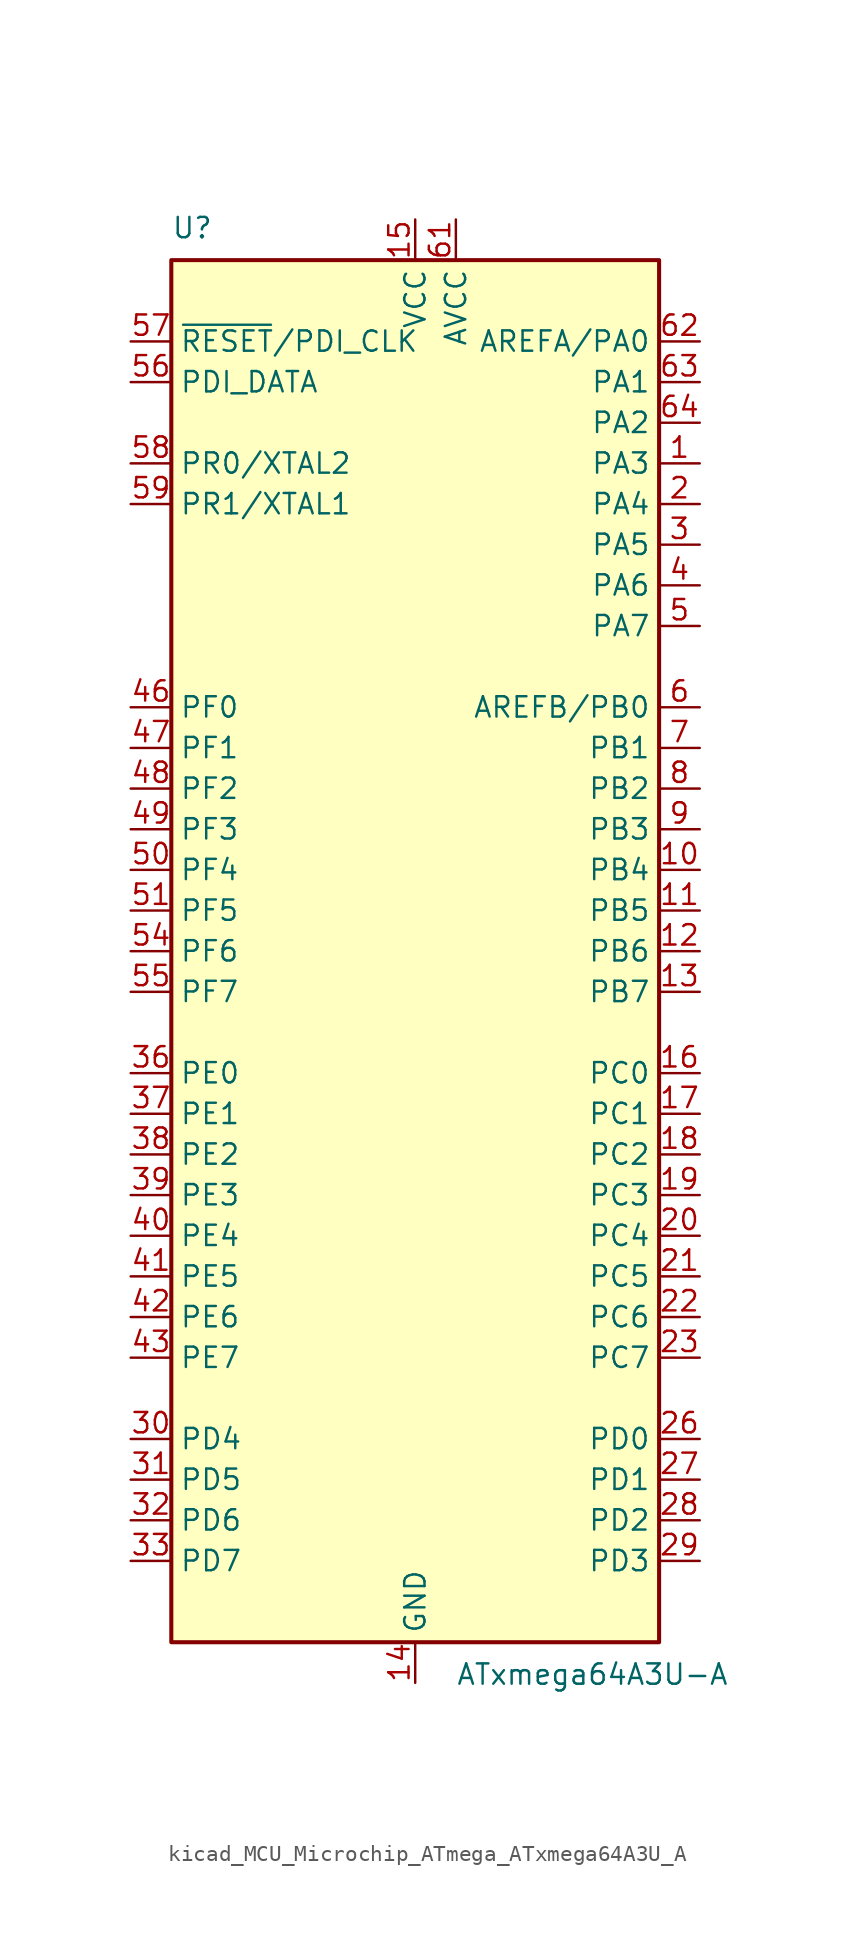
<source format=kicad_sym>
(kicad_symbol_lib
  (version 20220914)
  (generator kicad_symbol_editor)
  (symbol "kicad_MCU_Microchip_ATmega_ATxmega64A3U_A"
    (property "Reference" "U"
      (at -15.24 44.45 0)
      (effects (font (size 1.27 1.27)) (justify left bottom)))
    (property "Value" "ATxmega64A3U-A"
      (at 2.54 -44.45 0)
      (effects (font (size 1.27 1.27)) (justify left top)))
    (symbol "kicad_MCU_Microchip_ATmega_ATxmega64A3U_A_0_1"
      (rectangle (start -15.24 -43.18) (end 15.24 43.18) (stroke (width 0.254) (type default)) (fill (type background))))
    (symbol "kicad_MCU_Microchip_ATmega_ATxmega64A3U_A_1_1"
      (pin bidirectional line (at 17.78 30.48 180) (length 2.54) (name "PA3" (effects (font (size 1.27 1.27)))) (number "1" (effects (font (size 1.27 1.27)))))
      (pin bidirectional line (at 17.78 5.08 180) (length 2.54) (name "PB4" (effects (font (size 1.27 1.27)))) (number "10" (effects (font (size 1.27 1.27)))))
      (pin bidirectional line (at 17.78 2.54 180) (length 2.54) (name "PB5" (effects (font (size 1.27 1.27)))) (number "11" (effects (font (size 1.27 1.27)))))
      (pin bidirectional line (at 17.78 0 180) (length 2.54) (name "PB6" (effects (font (size 1.27 1.27)))) (number "12" (effects (font (size 1.27 1.27)))))
      (pin bidirectional line (at 17.78 -2.54 180) (length 2.54) (name "PB7" (effects (font (size 1.27 1.27)))) (number "13" (effects (font (size 1.27 1.27)))))
      (pin power_in line (at 0 -45.72 90) (length 2.54) (name "GND" (effects (font (size 1.27 1.27)))) (number "14" (effects (font (size 1.27 1.27)))))
      (pin power_in line (at 0 45.72 270) (length 2.54) (name "VCC" (effects (font (size 1.27 1.27)))) (number "15" (effects (font (size 1.27 1.27)))))
      (pin bidirectional line (at 17.78 -7.62 180) (length 2.54) (name "PC0" (effects (font (size 1.27 1.27)))) (number "16" (effects (font (size 1.27 1.27)))))
      (pin bidirectional line (at 17.78 -10.16 180) (length 2.54) (name "PC1" (effects (font (size 1.27 1.27)))) (number "17" (effects (font (size 1.27 1.27)))))
      (pin bidirectional line (at 17.78 -12.7 180) (length 2.54) (name "PC2" (effects (font (size 1.27 1.27)))) (number "18" (effects (font (size 1.27 1.27)))))
      (pin bidirectional line (at 17.78 -15.24 180) (length 2.54) (name "PC3" (effects (font (size 1.27 1.27)))) (number "19" (effects (font (size 1.27 1.27)))))
      (pin bidirectional line (at 17.78 27.94 180) (length 2.54) (name "PA4" (effects (font (size 1.27 1.27)))) (number "2" (effects (font (size 1.27 1.27)))))
      (pin bidirectional line (at 17.78 -17.78 180) (length 2.54) (name "PC4" (effects (font (size 1.27 1.27)))) (number "20" (effects (font (size 1.27 1.27)))))
      (pin bidirectional line (at 17.78 -20.32 180) (length 2.54) (name "PC5" (effects (font (size 1.27 1.27)))) (number "21" (effects (font (size 1.27 1.27)))))
      (pin bidirectional line (at 17.78 -22.86 180) (length 2.54) (name "PC6" (effects (font (size 1.27 1.27)))) (number "22" (effects (font (size 1.27 1.27)))))
      (pin bidirectional line (at 17.78 -25.4 180) (length 2.54) (name "PC7" (effects (font (size 1.27 1.27)))) (number "23" (effects (font (size 1.27 1.27)))))
      (pin passive line (at 0 -45.72 90) (length 2.54) hide (name "GND" (effects (font (size 1.27 1.27)))) (number "24" (effects (font (size 1.27 1.27)))))
      (pin passive line (at 0 45.72 270) (length 2.54) hide (name "VCC" (effects (font (size 1.27 1.27)))) (number "25" (effects (font (size 1.27 1.27)))))
      (pin bidirectional line (at 17.78 -30.48 180) (length 2.54) (name "PD0" (effects (font (size 1.27 1.27)))) (number "26" (effects (font (size 1.27 1.27)))))
      (pin bidirectional line (at 17.78 -33.02 180) (length 2.54) (name "PD1" (effects (font (size 1.27 1.27)))) (number "27" (effects (font (size 1.27 1.27)))))
      (pin bidirectional line (at 17.78 -35.56 180) (length 2.54) (name "PD2" (effects (font (size 1.27 1.27)))) (number "28" (effects (font (size 1.27 1.27)))))
      (pin bidirectional line (at 17.78 -38.1 180) (length 2.54) (name "PD3" (effects (font (size 1.27 1.27)))) (number "29" (effects (font (size 1.27 1.27)))))
      (pin bidirectional line (at 17.78 25.4 180) (length 2.54) (name "PA5" (effects (font (size 1.27 1.27)))) (number "3" (effects (font (size 1.27 1.27)))))
      (pin bidirectional line (at -17.78 -30.48 0) (length 2.54) (name "PD4" (effects (font (size 1.27 1.27)))) (number "30" (effects (font (size 1.27 1.27)))))
      (pin bidirectional line (at -17.78 -33.02 0) (length 2.54) (name "PD5" (effects (font (size 1.27 1.27)))) (number "31" (effects (font (size 1.27 1.27)))))
      (pin bidirectional line (at -17.78 -35.56 0) (length 2.54) (name "PD6" (effects (font (size 1.27 1.27)))) (number "32" (effects (font (size 1.27 1.27)))))
      (pin bidirectional line (at -17.78 -38.1 0) (length 2.54) (name "PD7" (effects (font (size 1.27 1.27)))) (number "33" (effects (font (size 1.27 1.27)))))
      (pin passive line (at 0 -45.72 90) (length 2.54) hide (name "GND" (effects (font (size 1.27 1.27)))) (number "34" (effects (font (size 1.27 1.27)))))
      (pin passive line (at 0 45.72 270) (length 2.54) hide (name "VCC" (effects (font (size 1.27 1.27)))) (number "35" (effects (font (size 1.27 1.27)))))
      (pin bidirectional line (at -17.78 -7.62 0) (length 2.54) (name "PE0" (effects (font (size 1.27 1.27)))) (number "36" (effects (font (size 1.27 1.27)))))
      (pin bidirectional line (at -17.78 -10.16 0) (length 2.54) (name "PE1" (effects (font (size 1.27 1.27)))) (number "37" (effects (font (size 1.27 1.27)))))
      (pin bidirectional line (at -17.78 -12.7 0) (length 2.54) (name "PE2" (effects (font (size 1.27 1.27)))) (number "38" (effects (font (size 1.27 1.27)))))
      (pin bidirectional line (at -17.78 -15.24 0) (length 2.54) (name "PE3" (effects (font (size 1.27 1.27)))) (number "39" (effects (font (size 1.27 1.27)))))
      (pin bidirectional line (at 17.78 22.86 180) (length 2.54) (name "PA6" (effects (font (size 1.27 1.27)))) (number "4" (effects (font (size 1.27 1.27)))))
      (pin bidirectional line (at -17.78 -17.78 0) (length 2.54) (name "PE4" (effects (font (size 1.27 1.27)))) (number "40" (effects (font (size 1.27 1.27)))))
      (pin bidirectional line (at -17.78 -20.32 0) (length 2.54) (name "PE5" (effects (font (size 1.27 1.27)))) (number "41" (effects (font (size 1.27 1.27)))))
      (pin bidirectional line (at -17.78 -22.86 0) (length 2.54) (name "PE6" (effects (font (size 1.27 1.27)))) (number "42" (effects (font (size 1.27 1.27)))))
      (pin bidirectional line (at -17.78 -25.4 0) (length 2.54) (name "PE7" (effects (font (size 1.27 1.27)))) (number "43" (effects (font (size 1.27 1.27)))))
      (pin passive line (at 0 -45.72 90) (length 2.54) hide (name "GND" (effects (font (size 1.27 1.27)))) (number "44" (effects (font (size 1.27 1.27)))))
      (pin passive line (at 0 45.72 270) (length 2.54) hide (name "VCC" (effects (font (size 1.27 1.27)))) (number "45" (effects (font (size 1.27 1.27)))))
      (pin bidirectional line (at -17.78 15.24 0) (length 2.54) (name "PF0" (effects (font (size 1.27 1.27)))) (number "46" (effects (font (size 1.27 1.27)))))
      (pin bidirectional line (at -17.78 12.7 0) (length 2.54) (name "PF1" (effects (font (size 1.27 1.27)))) (number "47" (effects (font (size 1.27 1.27)))))
      (pin bidirectional line (at -17.78 10.16 0) (length 2.54) (name "PF2" (effects (font (size 1.27 1.27)))) (number "48" (effects (font (size 1.27 1.27)))))
      (pin bidirectional line (at -17.78 7.62 0) (length 2.54) (name "PF3" (effects (font (size 1.27 1.27)))) (number "49" (effects (font (size 1.27 1.27)))))
      (pin bidirectional line (at 17.78 20.32 180) (length 2.54) (name "PA7" (effects (font (size 1.27 1.27)))) (number "5" (effects (font (size 1.27 1.27)))))
      (pin bidirectional line (at -17.78 5.08 0) (length 2.54) (name "PF4" (effects (font (size 1.27 1.27)))) (number "50" (effects (font (size 1.27 1.27)))))
      (pin bidirectional line (at -17.78 2.54 0) (length 2.54) (name "PF5" (effects (font (size 1.27 1.27)))) (number "51" (effects (font (size 1.27 1.27)))))
      (pin passive line (at 0 -45.72 90) (length 2.54) hide (name "GND" (effects (font (size 1.27 1.27)))) (number "52" (effects (font (size 1.27 1.27)))))
      (pin passive line (at 0 45.72 270) (length 2.54) hide (name "VCC" (effects (font (size 1.27 1.27)))) (number "53" (effects (font (size 1.27 1.27)))))
      (pin bidirectional line (at -17.78 0 0) (length 2.54) (name "PF6" (effects (font (size 1.27 1.27)))) (number "54" (effects (font (size 1.27 1.27)))))
      (pin bidirectional line (at -17.78 -2.54 0) (length 2.54) (name "PF7" (effects (font (size 1.27 1.27)))) (number "55" (effects (font (size 1.27 1.27)))))
      (pin bidirectional line (at -17.78 35.56 0) (length 2.54) (name "PDI_DATA" (effects (font (size 1.27 1.27)))) (number "56" (effects (font (size 1.27 1.27)))))
      (pin input line (at -17.78 38.1 0) (length 2.54) (name "~{RESET}/PDI_CLK" (effects (font (size 1.27 1.27)))) (number "57" (effects (font (size 1.27 1.27)))))
      (pin bidirectional line (at -17.78 30.48 0) (length 2.54) (name "PR0/XTAL2" (effects (font (size 1.27 1.27)))) (number "58" (effects (font (size 1.27 1.27)))))
      (pin bidirectional line (at -17.78 27.94 0) (length 2.54) (name "PR1/XTAL1" (effects (font (size 1.27 1.27)))) (number "59" (effects (font (size 1.27 1.27)))))
      (pin bidirectional line (at 17.78 15.24 180) (length 2.54) (name "AREFB/PB0" (effects (font (size 1.27 1.27)))) (number "6" (effects (font (size 1.27 1.27)))))
      (pin passive line (at 0 -45.72 90) (length 2.54) hide (name "GND" (effects (font (size 1.27 1.27)))) (number "60" (effects (font (size 1.27 1.27)))))
      (pin power_in line (at 2.54 45.72 270) (length 2.54) (name "AVCC" (effects (font (size 1.27 1.27)))) (number "61" (effects (font (size 1.27 1.27)))))
      (pin bidirectional line (at 17.78 38.1 180) (length 2.54) (name "AREFA/PA0" (effects (font (size 1.27 1.27)))) (number "62" (effects (font (size 1.27 1.27)))))
      (pin bidirectional line (at 17.78 35.56 180) (length 2.54) (name "PA1" (effects (font (size 1.27 1.27)))) (number "63" (effects (font (size 1.27 1.27)))))
      (pin bidirectional line (at 17.78 33.02 180) (length 2.54) (name "PA2" (effects (font (size 1.27 1.27)))) (number "64" (effects (font (size 1.27 1.27)))))
      (pin bidirectional line (at 17.78 12.7 180) (length 2.54) (name "PB1" (effects (font (size 1.27 1.27)))) (number "7" (effects (font (size 1.27 1.27)))))
      (pin bidirectional line (at 17.78 10.16 180) (length 2.54) (name "PB2" (effects (font (size 1.27 1.27)))) (number "8" (effects (font (size 1.27 1.27)))))
      (pin bidirectional line (at 17.78 7.62 180) (length 2.54) (name "PB3" (effects (font (size 1.27 1.27)))) (number "9" (effects (font (size 1.27 1.27))))))))
</source>
